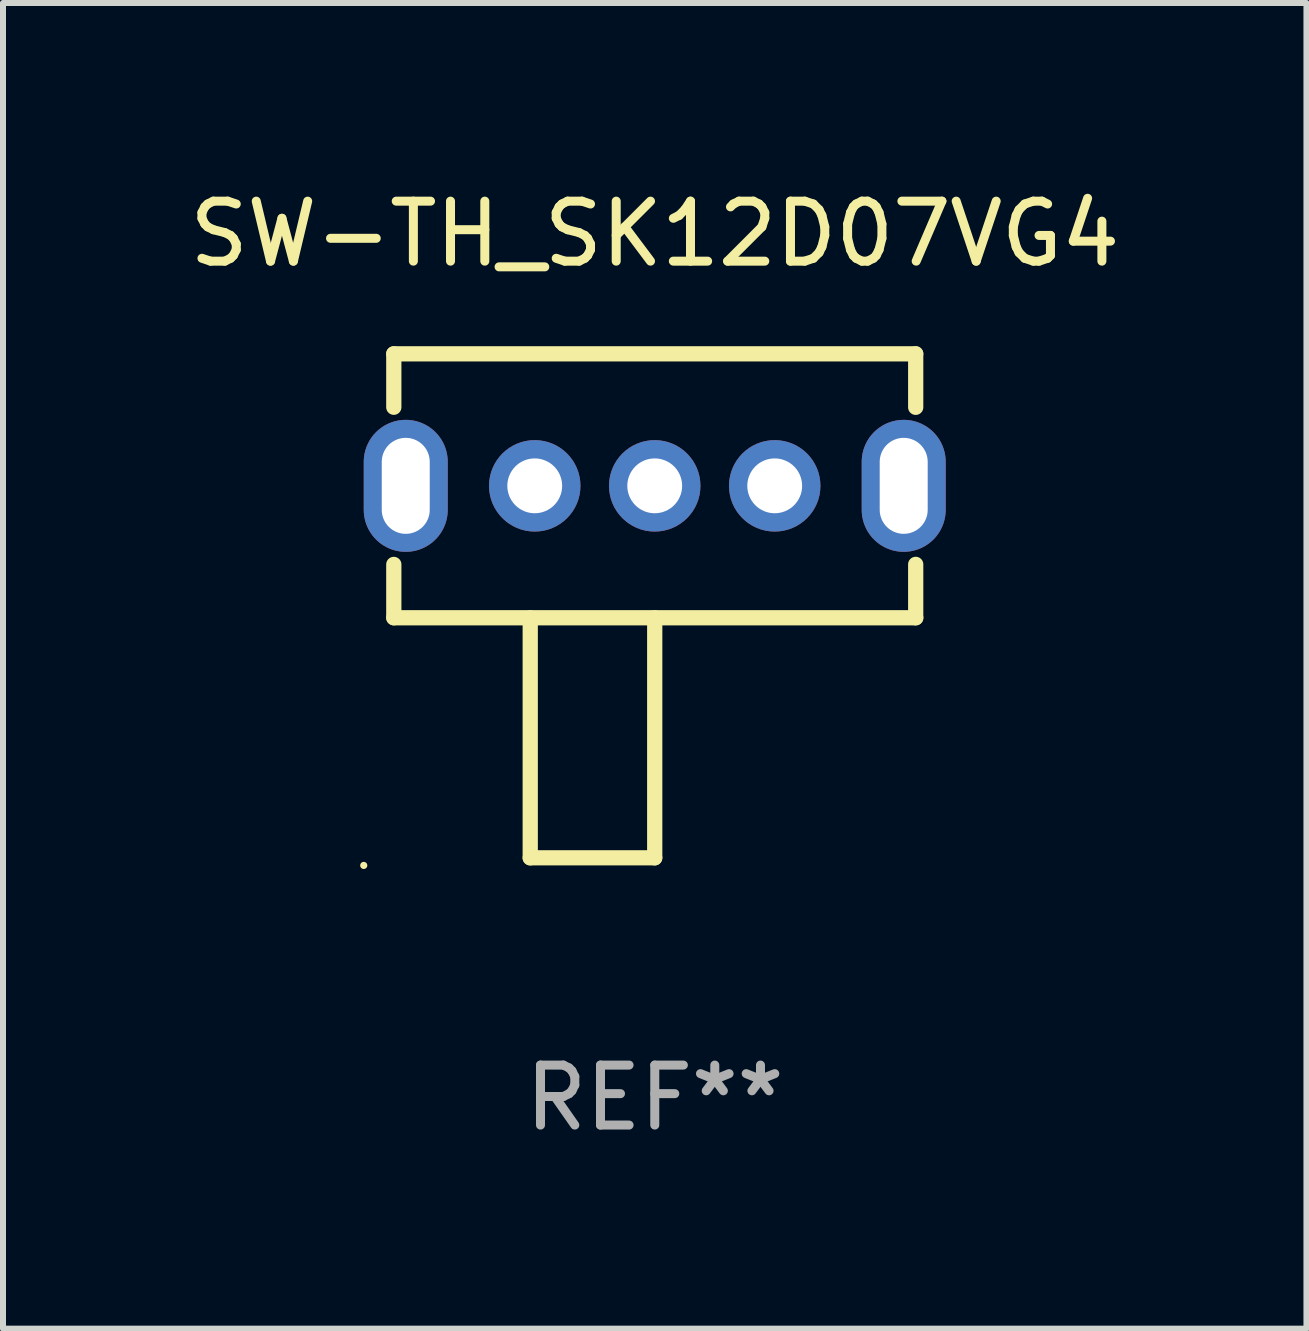
<source format=kicad_pcb>
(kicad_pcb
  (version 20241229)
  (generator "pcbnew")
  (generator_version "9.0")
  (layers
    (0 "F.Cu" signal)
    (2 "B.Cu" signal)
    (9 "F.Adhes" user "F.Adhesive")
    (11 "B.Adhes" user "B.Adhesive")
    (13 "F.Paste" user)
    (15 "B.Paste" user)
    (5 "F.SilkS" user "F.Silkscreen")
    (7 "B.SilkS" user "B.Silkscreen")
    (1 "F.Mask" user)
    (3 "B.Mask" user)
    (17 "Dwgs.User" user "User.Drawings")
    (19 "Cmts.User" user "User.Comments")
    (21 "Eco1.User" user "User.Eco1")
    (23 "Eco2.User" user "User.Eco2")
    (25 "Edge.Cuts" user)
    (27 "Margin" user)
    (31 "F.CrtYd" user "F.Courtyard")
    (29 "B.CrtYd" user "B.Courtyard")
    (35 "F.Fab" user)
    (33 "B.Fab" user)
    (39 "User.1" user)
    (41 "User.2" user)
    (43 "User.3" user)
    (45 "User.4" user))
  (footprint "SW-TH_SK12D07VG4"
    (layer "F.Cu")
    (at 7.863 5.048)
    (property "Reference" "SW-TH_SK12D07VG4" (at 0.001 -4.2 0) (layer "F.SilkS") (effects (font (size 1 1) (thickness 0.15))))
    (attr through_hole)
    (fp_line (start -4.35 -2.2) (end 4.35 -2.2) (stroke (width 0.254) (type solid)) (layer "F.SilkS"))
    (fp_line (start -4.349 -1.31) (end -4.349 -2.2) (stroke (width 0.254) (type solid)) (layer "F.SilkS"))
    (fp_line (start -4.349 2.199) (end -4.349 1.31) (stroke (width 0.254) (type solid)) (layer "F.SilkS"))
    (fp_line (start -2.075 2.2) (end -2.075 6.2) (stroke (width 0.254) (type solid)) (layer "F.SilkS"))
    (fp_line (start -2.075 6.2) (end 0 6.2) (stroke (width 0.254) (type solid)) (layer "F.SilkS"))
    (fp_line (start 0 6.2) (end 0 2.2) (stroke (width 0.254) (type solid)) (layer "F.SilkS"))
    (fp_line (start 4.35 -2.2) (end 4.35 -1.309) (stroke (width 0.254) (type solid)) (layer "F.SilkS"))
    (fp_line (start 4.35 1.309) (end 4.35 2.199) (stroke (width 0.254) (type solid)) (layer "F.SilkS"))
    (fp_line (start 4.351 2.199) (end -4.349 2.199) (stroke (width 0.254) (type solid)) (layer "F.SilkS"))
    (fp_circle (center -4.85 6.327) (end -4.82 6.327) (stroke (width 0.06) (type solid)) (fill no) (layer "F.SilkS"))
    (fp_text user "REF**" (at 0.001 10.2 0) (layer "F.Fab") (effects (font (size 1 1) (thickness 0.15))))
    (pad "1" thru_hole circle (at -2 0) (size 1.524 1.524) (drill 0.914) (layers "*.Cu" "*.Mask"))
    (pad "2" thru_hole circle (at 0 0) (size 1.524 1.524) (drill 0.914) (layers "*.Cu" "*.Mask"))
    (pad "3" thru_hole circle (at 2 0) (size 1.524 1.524) (drill 0.914) (layers "*.Cu" "*.Mask"))
    (pad "4" thru_hole oval (at 4.15 0) (size 1.4 2.2) (drill oval 0.8 1.6) (layers "*.Cu" "*.Mask"))
    (pad "5" thru_hole oval (at -4.15 0) (size 1.4 2.2) (drill oval 0.8 1.6) (layers "*.Cu" "*.Mask")))
  (gr_rect
    (start -3 -3)
    (end 18.726 19.096)
    (stroke (width 0.1) (type default))
    (fill no)
    (layer "Edge.Cuts")))
</source>
